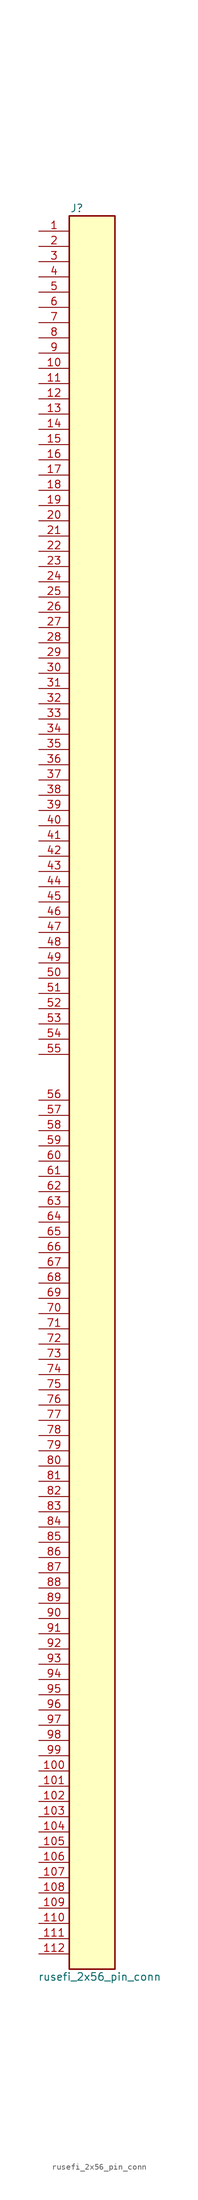
<source format=kicad_sym>
(kicad_symbol_lib
  (version 20211014)
  (generator kicad_symbol_editor)
  (symbol "rusefi_2x56_pin_conn"
    (pin_names
      (offset 0.002) hide)
    (property "Reference" "J"
      (at 6.35 3.81 0)
      (effects (font (size 1.27 1.27))))
    (property "Value" "rusefi_2x56_pin_conn"
      (at 10.16 -290.83 0)
      (effects (font (size 1.27 1.27))))
    (symbol "rusefi_2x56_pin_conn_1_1"
      (rectangle (start 5.08 2.54) (end 12.7 -289.56) (stroke (width 0.254) (type default) (color 0 0 0 0)) (fill (type background)))
      (pin passive line (at 0 0 0) (length 5.08) (name "" (effects (font (size 1.27 1.27)))) (number "1" (effects (font (size 1.27 1.27)))))
      (pin passive line (at 0 -22.86 0) (length 5.08) (name "" (effects (font (size 1.27 1.27)))) (number "10" (effects (font (size 1.27 1.27)))))
      (pin passive line (at 0 -256.54 0) (length 5.08) (name "" (effects (font (size 1.27 1.27)))) (number "100" (effects (font (size 1.27 1.27)))))
      (pin passive line (at 0 -259.08 0) (length 5.08) (name "" (effects (font (size 1.27 1.27)))) (number "101" (effects (font (size 1.27 1.27)))))
      (pin passive line (at 0 -261.62 0) (length 5.08) (name "" (effects (font (size 1.27 1.27)))) (number "102" (effects (font (size 1.27 1.27)))))
      (pin passive line (at 0 -264.16 0) (length 5.08) (name "" (effects (font (size 1.27 1.27)))) (number "103" (effects (font (size 1.27 1.27)))))
      (pin passive line (at 0 -266.7 0) (length 5.08) (name "" (effects (font (size 1.27 1.27)))) (number "104" (effects (font (size 1.27 1.27)))))
      (pin passive line (at 0 -269.24 0) (length 5.08) (name "" (effects (font (size 1.27 1.27)))) (number "105" (effects (font (size 1.27 1.27)))))
      (pin passive line (at 0 -271.78 0) (length 5.08) (name "" (effects (font (size 1.27 1.27)))) (number "106" (effects (font (size 1.27 1.27)))))
      (pin passive line (at 0 -274.32 0) (length 5.08) (name "" (effects (font (size 1.27 1.27)))) (number "107" (effects (font (size 1.27 1.27)))))
      (pin passive line (at 0 -276.86 0) (length 5.08) (name "" (effects (font (size 1.27 1.27)))) (number "108" (effects (font (size 1.27 1.27)))))
      (pin passive line (at 0 -279.4 0) (length 5.08) (name "" (effects (font (size 1.27 1.27)))) (number "109" (effects (font (size 1.27 1.27)))))
      (pin passive line (at 0 -25.4 0) (length 5.08) (name "" (effects (font (size 1.27 1.27)))) (number "11" (effects (font (size 1.27 1.27)))))
      (pin passive line (at 0 -281.94 0) (length 5.08) (name "" (effects (font (size 1.27 1.27)))) (number "110" (effects (font (size 1.27 1.27)))))
      (pin passive line (at 0 -284.48 0) (length 5.08) (name "" (effects (font (size 1.27 1.27)))) (number "111" (effects (font (size 1.27 1.27)))))
      (pin passive line (at 0 -287.02 0) (length 5.08) (name "" (effects (font (size 1.27 1.27)))) (number "112" (effects (font (size 1.27 1.27)))))
      (pin passive line (at 0 -27.94 0) (length 5.08) (name "" (effects (font (size 1.27 1.27)))) (number "12" (effects (font (size 1.27 1.27)))))
      (pin passive line (at 0 -30.48 0) (length 5.08) (name "" (effects (font (size 1.27 1.27)))) (number "13" (effects (font (size 1.27 1.27)))))
      (pin passive line (at 0 -33.02 0) (length 5.08) (name "" (effects (font (size 1.27 1.27)))) (number "14" (effects (font (size 1.27 1.27)))))
      (pin passive line (at 0 -35.56 0) (length 5.08) (name "" (effects (font (size 1.27 1.27)))) (number "15" (effects (font (size 1.27 1.27)))))
      (pin passive line (at 0 -38.1 0) (length 5.08) (name "" (effects (font (size 1.27 1.27)))) (number "16" (effects (font (size 1.27 1.27)))))
      (pin passive line (at 0 -40.64 0) (length 5.08) (name "" (effects (font (size 1.27 1.27)))) (number "17" (effects (font (size 1.27 1.27)))))
      (pin passive line (at 0 -43.18 0) (length 5.08) (name "" (effects (font (size 1.27 1.27)))) (number "18" (effects (font (size 1.27 1.27)))))
      (pin passive line (at 0 -45.72 0) (length 5.08) (name "" (effects (font (size 1.27 1.27)))) (number "19" (effects (font (size 1.27 1.27)))))
      (pin passive line (at 0 -2.54 0) (length 5.08) (name "" (effects (font (size 1.27 1.27)))) (number "2" (effects (font (size 1.27 1.27)))))
      (pin passive line (at 0 -48.26 0) (length 5.08) (name "" (effects (font (size 1.27 1.27)))) (number "20" (effects (font (size 1.27 1.27)))))
      (pin passive line (at 0 -50.8 0) (length 5.08) (name "" (effects (font (size 1.27 1.27)))) (number "21" (effects (font (size 1.27 1.27)))))
      (pin passive line (at 0 -53.34 0) (length 5.08) (name "" (effects (font (size 1.27 1.27)))) (number "22" (effects (font (size 1.27 1.27)))))
      (pin passive line (at 0 -55.88 0) (length 5.08) (name "" (effects (font (size 1.27 1.27)))) (number "23" (effects (font (size 1.27 1.27)))))
      (pin passive line (at 0 -58.42 0) (length 5.08) (name "" (effects (font (size 1.27 1.27)))) (number "24" (effects (font (size 1.27 1.27)))))
      (pin passive line (at 0 -60.96 0) (length 5.08) (name "" (effects (font (size 1.27 1.27)))) (number "25" (effects (font (size 1.27 1.27)))))
      (pin passive line (at 0 -63.5 0) (length 5.08) (name "" (effects (font (size 1.27 1.27)))) (number "26" (effects (font (size 1.27 1.27)))))
      (pin passive line (at 0 -66.04 0) (length 5.08) (name "" (effects (font (size 1.27 1.27)))) (number "27" (effects (font (size 1.27 1.27)))))
      (pin passive line (at 0 -68.58 0) (length 5.08) (name "" (effects (font (size 1.27 1.27)))) (number "28" (effects (font (size 1.27 1.27)))))
      (pin passive line (at 0 -71.12 0) (length 5.08) (name "" (effects (font (size 1.27 1.27)))) (number "29" (effects (font (size 1.27 1.27)))))
      (pin passive line (at 0 -5.08 0) (length 5.08) (name "" (effects (font (size 1.27 1.27)))) (number "3" (effects (font (size 1.27 1.27)))))
      (pin passive line (at 0 -73.66 0) (length 5.08) (name "" (effects (font (size 1.27 1.27)))) (number "30" (effects (font (size 1.27 1.27)))))
      (pin passive line (at 0 -76.2 0) (length 5.08) (name "" (effects (font (size 1.27 1.27)))) (number "31" (effects (font (size 1.27 1.27)))))
      (pin passive line (at 0 -78.74 0) (length 5.08) (name "" (effects (font (size 1.27 1.27)))) (number "32" (effects (font (size 1.27 1.27)))))
      (pin passive line (at 0 -81.28 0) (length 5.08) (name "" (effects (font (size 1.27 1.27)))) (number "33" (effects (font (size 1.27 1.27)))))
      (pin passive line (at 0 -83.82 0) (length 5.08) (name "" (effects (font (size 1.27 1.27)))) (number "34" (effects (font (size 1.27 1.27)))))
      (pin passive line (at 0 -86.36 0) (length 5.08) (name "" (effects (font (size 1.27 1.27)))) (number "35" (effects (font (size 1.27 1.27)))))
      (pin passive line (at 0 -88.9 0) (length 5.08) (name "" (effects (font (size 1.27 1.27)))) (number "36" (effects (font (size 1.27 1.27)))))
      (pin passive line (at 0 -91.44 0) (length 5.08) (name "" (effects (font (size 1.27 1.27)))) (number "37" (effects (font (size 1.27 1.27)))))
      (pin passive line (at 0 -93.98 0) (length 5.08) (name "" (effects (font (size 1.27 1.27)))) (number "38" (effects (font (size 1.27 1.27)))))
      (pin passive line (at 0 -96.52 0) (length 5.08) (name "" (effects (font (size 1.27 1.27)))) (number "39" (effects (font (size 1.27 1.27)))))
      (pin passive line (at 0 -7.62 0) (length 5.08) (name "" (effects (font (size 1.27 1.27)))) (number "4" (effects (font (size 1.27 1.27)))))
      (pin passive line (at 0 -99.06 0) (length 5.08) (name "" (effects (font (size 1.27 1.27)))) (number "40" (effects (font (size 1.27 1.27)))))
      (pin passive line (at 0 -101.6 0) (length 5.08) (name "" (effects (font (size 1.27 1.27)))) (number "41" (effects (font (size 1.27 1.27)))))
      (pin passive line (at 0 -104.14 0) (length 5.08) (name "" (effects (font (size 1.27 1.27)))) (number "42" (effects (font (size 1.27 1.27)))))
      (pin passive line (at 0 -106.68 0) (length 5.08) (name "" (effects (font (size 1.27 1.27)))) (number "43" (effects (font (size 1.27 1.27)))))
      (pin passive line (at 0 -109.22 0) (length 5.08) (name "" (effects (font (size 1.27 1.27)))) (number "44" (effects (font (size 1.27 1.27)))))
      (pin passive line (at 0 -111.76 0) (length 5.08) (name "" (effects (font (size 1.27 1.27)))) (number "45" (effects (font (size 1.27 1.27)))))
      (pin passive line (at 0 -114.3 0) (length 5.08) (name "" (effects (font (size 1.27 1.27)))) (number "46" (effects (font (size 1.27 1.27)))))
      (pin passive line (at 0 -116.84 0) (length 5.08) (name "" (effects (font (size 1.27 1.27)))) (number "47" (effects (font (size 1.27 1.27)))))
      (pin passive line (at 0 -119.38 0) (length 5.08) (name "" (effects (font (size 1.27 1.27)))) (number "48" (effects (font (size 1.27 1.27)))))
      (pin passive line (at 0 -121.92 0) (length 5.08) (name "" (effects (font (size 1.27 1.27)))) (number "49" (effects (font (size 1.27 1.27)))))
      (pin passive line (at 0 -10.16 0) (length 5.08) (name "" (effects (font (size 1.27 1.27)))) (number "5" (effects (font (size 1.27 1.27)))))
      (pin passive line (at 0 -124.46 0) (length 5.08) (name "" (effects (font (size 1.27 1.27)))) (number "50" (effects (font (size 1.27 1.27)))))
      (pin passive line (at 0 -127 0) (length 5.08) (name "" (effects (font (size 1.27 1.27)))) (number "51" (effects (font (size 1.27 1.27)))))
      (pin passive line (at 0 -129.54 0) (length 5.08) (name "" (effects (font (size 1.27 1.27)))) (number "52" (effects (font (size 1.27 1.27)))))
      (pin passive line (at 0 -132.08 0) (length 5.08) (name "" (effects (font (size 1.27 1.27)))) (number "53" (effects (font (size 1.27 1.27)))))
      (pin passive line (at 0 -134.62 0) (length 5.08) (name "" (effects (font (size 1.27 1.27)))) (number "54" (effects (font (size 1.27 1.27)))))
      (pin passive line (at 0 -137.16 0) (length 5.08) (name "" (effects (font (size 1.27 1.27)))) (number "55" (effects (font (size 1.27 1.27)))))
      (pin passive line (at 0 -144.78 0) (length 5.08) (name "" (effects (font (size 1.27 1.27)))) (number "56" (effects (font (size 1.27 1.27)))))
      (pin passive line (at 0 -147.32 0) (length 5.08) (name "" (effects (font (size 1.27 1.27)))) (number "57" (effects (font (size 1.27 1.27)))))
      (pin passive line (at 0 -149.86 0) (length 5.08) (name "" (effects (font (size 1.27 1.27)))) (number "58" (effects (font (size 1.27 1.27)))))
      (pin passive line (at 0 -152.4 0) (length 5.08) (name "" (effects (font (size 1.27 1.27)))) (number "59" (effects (font (size 1.27 1.27)))))
      (pin passive line (at 0 -12.7 0) (length 5.08) (name "" (effects (font (size 1.27 1.27)))) (number "6" (effects (font (size 1.27 1.27)))))
      (pin passive line (at 0 -154.94 0) (length 5.08) (name "" (effects (font (size 1.27 1.27)))) (number "60" (effects (font (size 1.27 1.27)))))
      (pin passive line (at 0 -157.48 0) (length 5.08) (name "" (effects (font (size 1.27 1.27)))) (number "61" (effects (font (size 1.27 1.27)))))
      (pin passive line (at 0 -160.02 0) (length 5.08) (name "" (effects (font (size 1.27 1.27)))) (number "62" (effects (font (size 1.27 1.27)))))
      (pin passive line (at 0 -162.56 0) (length 5.08) (name "" (effects (font (size 1.27 1.27)))) (number "63" (effects (font (size 1.27 1.27)))))
      (pin passive line (at 0 -165.1 0) (length 5.08) (name "" (effects (font (size 1.27 1.27)))) (number "64" (effects (font (size 1.27 1.27)))))
      (pin passive line (at 0 -167.64 0) (length 5.08) (name "" (effects (font (size 1.27 1.27)))) (number "65" (effects (font (size 1.27 1.27)))))
      (pin passive line (at 0 -170.18 0) (length 5.08) (name "" (effects (font (size 1.27 1.27)))) (number "66" (effects (font (size 1.27 1.27)))))
      (pin passive line (at 0 -172.72 0) (length 5.08) (name "" (effects (font (size 1.27 1.27)))) (number "67" (effects (font (size 1.27 1.27)))))
      (pin passive line (at 0 -175.26 0) (length 5.08) (name "" (effects (font (size 1.27 1.27)))) (number "68" (effects (font (size 1.27 1.27)))))
      (pin passive line (at 0 -177.8 0) (length 5.08) (name "" (effects (font (size 1.27 1.27)))) (number "69" (effects (font (size 1.27 1.27)))))
      (pin passive line (at 0 -15.24 0) (length 5.08) (name "" (effects (font (size 1.27 1.27)))) (number "7" (effects (font (size 1.27 1.27)))))
      (pin passive line (at 0 -180.34 0) (length 5.08) (name "" (effects (font (size 1.27 1.27)))) (number "70" (effects (font (size 1.27 1.27)))))
      (pin passive line (at 0 -182.88 0) (length 5.08) (name "" (effects (font (size 1.27 1.27)))) (number "71" (effects (font (size 1.27 1.27)))))
      (pin passive line (at 0 -185.42 0) (length 5.08) (name "" (effects (font (size 1.27 1.27)))) (number "72" (effects (font (size 1.27 1.27)))))
      (pin passive line (at 0 -187.96 0) (length 5.08) (name "" (effects (font (size 1.27 1.27)))) (number "73" (effects (font (size 1.27 1.27)))))
      (pin passive line (at 0 -190.5 0) (length 5.08) (name "" (effects (font (size 1.27 1.27)))) (number "74" (effects (font (size 1.27 1.27)))))
      (pin passive line (at 0 -193.04 0) (length 5.08) (name "" (effects (font (size 1.27 1.27)))) (number "75" (effects (font (size 1.27 1.27)))))
      (pin passive line (at 0 -195.58 0) (length 5.08) (name "" (effects (font (size 1.27 1.27)))) (number "76" (effects (font (size 1.27 1.27)))))
      (pin passive line (at 0 -198.12 0) (length 5.08) (name "" (effects (font (size 1.27 1.27)))) (number "77" (effects (font (size 1.27 1.27)))))
      (pin passive line (at 0 -200.66 0) (length 5.08) (name "" (effects (font (size 1.27 1.27)))) (number "78" (effects (font (size 1.27 1.27)))))
      (pin passive line (at 0 -203.2 0) (length 5.08) (name "" (effects (font (size 1.27 1.27)))) (number "79" (effects (font (size 1.27 1.27)))))
      (pin passive line (at 0 -17.78 0) (length 5.08) (name "" (effects (font (size 1.27 1.27)))) (number "8" (effects (font (size 1.27 1.27)))))
      (pin passive line (at 0 -205.74 0) (length 5.08) (name "" (effects (font (size 1.27 1.27)))) (number "80" (effects (font (size 1.27 1.27)))))
      (pin passive line (at 0 -208.28 0) (length 5.08) (name "" (effects (font (size 1.27 1.27)))) (number "81" (effects (font (size 1.27 1.27)))))
      (pin passive line (at 0 -210.82 0) (length 5.08) (name "" (effects (font (size 1.27 1.27)))) (number "82" (effects (font (size 1.27 1.27)))))
      (pin passive line (at 0 -213.36 0) (length 5.08) (name "" (effects (font (size 1.27 1.27)))) (number "83" (effects (font (size 1.27 1.27)))))
      (pin passive line (at 0 -215.9 0) (length 5.08) (name "" (effects (font (size 1.27 1.27)))) (number "84" (effects (font (size 1.27 1.27)))))
      (pin passive line (at 0 -218.44 0) (length 5.08) (name "" (effects (font (size 1.27 1.27)))) (number "85" (effects (font (size 1.27 1.27)))))
      (pin passive line (at 0 -220.98 0) (length 5.08) (name "" (effects (font (size 1.27 1.27)))) (number "86" (effects (font (size 1.27 1.27)))))
      (pin passive line (at 0 -223.52 0) (length 5.08) (name "" (effects (font (size 1.27 1.27)))) (number "87" (effects (font (size 1.27 1.27)))))
      (pin passive line (at 0 -226.06 0) (length 5.08) (name "" (effects (font (size 1.27 1.27)))) (number "88" (effects (font (size 1.27 1.27)))))
      (pin passive line (at 0 -228.6 0) (length 5.08) (name "" (effects (font (size 1.27 1.27)))) (number "89" (effects (font (size 1.27 1.27)))))
      (pin passive line (at 0 -20.32 0) (length 5.08) (name "" (effects (font (size 1.27 1.27)))) (number "9" (effects (font (size 1.27 1.27)))))
      (pin passive line (at 0 -231.14 0) (length 5.08) (name "" (effects (font (size 1.27 1.27)))) (number "90" (effects (font (size 1.27 1.27)))))
      (pin passive line (at 0 -233.68 0) (length 5.08) (name "" (effects (font (size 1.27 1.27)))) (number "91" (effects (font (size 1.27 1.27)))))
      (pin passive line (at 0 -236.22 0) (length 5.08) (name "" (effects (font (size 1.27 1.27)))) (number "92" (effects (font (size 1.27 1.27)))))
      (pin passive line (at 0 -238.76 0) (length 5.08) (name "" (effects (font (size 1.27 1.27)))) (number "93" (effects (font (size 1.27 1.27)))))
      (pin passive line (at 0 -241.3 0) (length 5.08) (name "" (effects (font (size 1.27 1.27)))) (number "94" (effects (font (size 1.27 1.27)))))
      (pin passive line (at 0 -243.84 0) (length 5.08) (name "" (effects (font (size 1.27 1.27)))) (number "95" (effects (font (size 1.27 1.27)))))
      (pin passive line (at 0 -246.38 0) (length 5.08) (name "" (effects (font (size 1.27 1.27)))) (number "96" (effects (font (size 1.27 1.27)))))
      (pin passive line (at 0 -248.92 0) (length 5.08) (name "" (effects (font (size 1.27 1.27)))) (number "97" (effects (font (size 1.27 1.27)))))
      (pin passive line (at 0 -251.46 0) (length 5.08) (name "" (effects (font (size 1.27 1.27)))) (number "98" (effects (font (size 1.27 1.27)))))
      (pin passive line (at 0 -254 0) (length 5.08) (name "" (effects (font (size 1.27 1.27)))) (number "99" (effects (font (size 1.27 1.27))))))))
</source>
